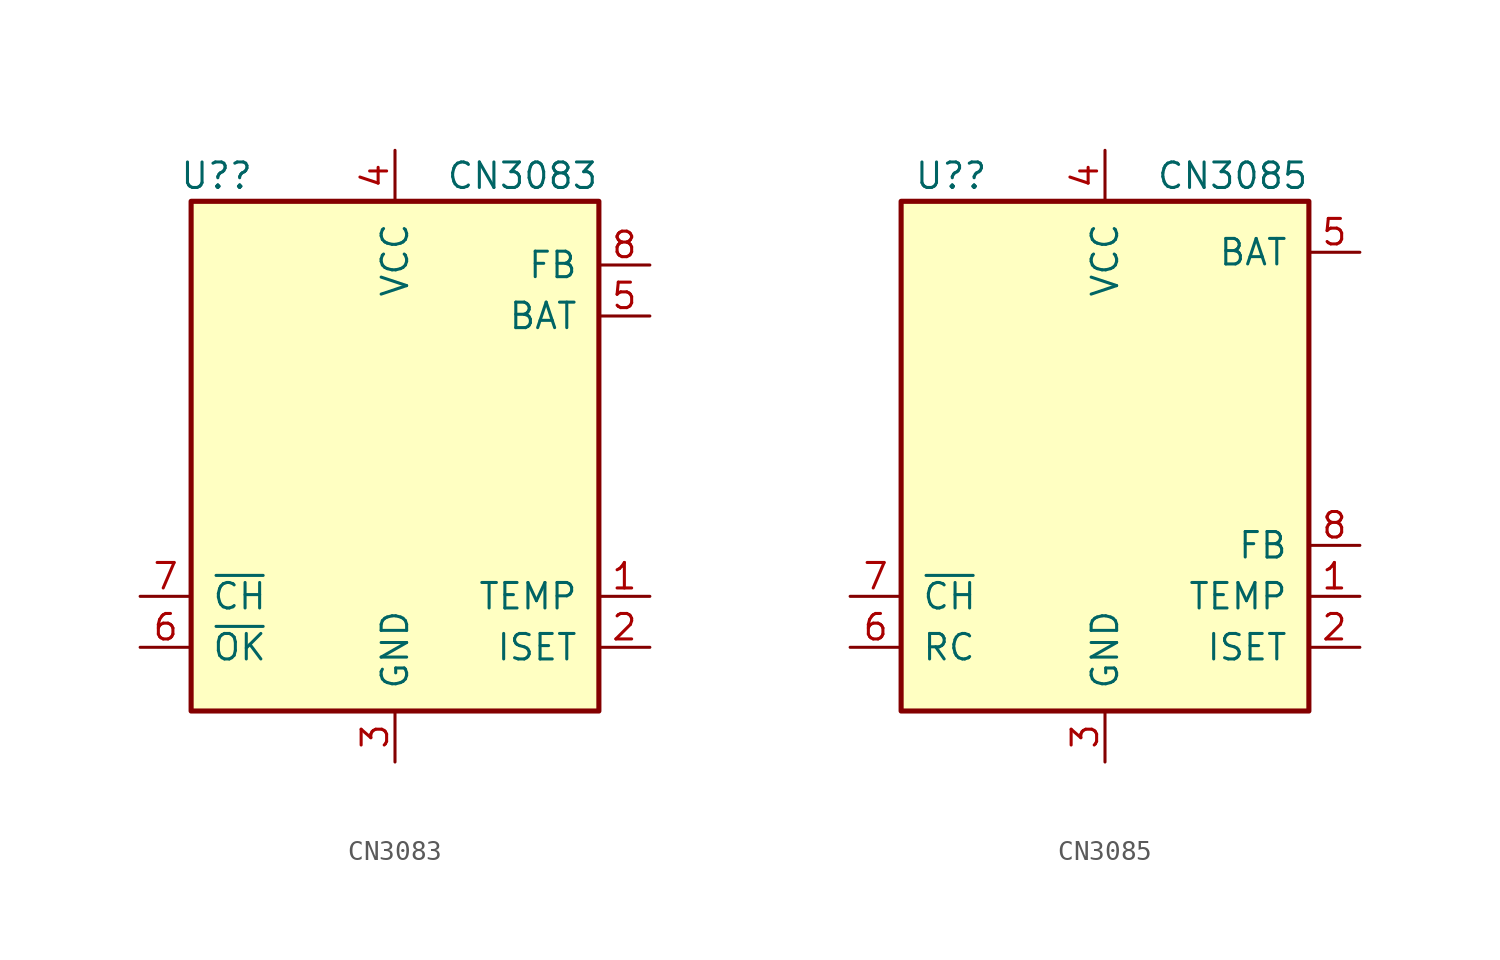
<source format=kicad_sym>
(kicad_symbol_lib
  (version 20211014)
  (generator kicad_symbol_editor)
  (symbol "CN3083"
    (pin_names
      (offset 1.016))
    (property "Reference" "U?"
      (at -8.89 13.97 0)
      (effects (font (size 1.27 1.27))))
    (property "Value" "CN3083"
      (at 6.35 13.97 0)
      (effects (font (size 1.27 1.27))))
    (symbol "CN3083_0_1"
      (rectangle (start -10.16 12.7) (end 10.16 -12.7) (stroke (width 0.254) (type default) (color 0 0 0 0)) (fill (type background))))
    (symbol "CN3083_1_1"
      (pin input line (at 12.7 -6.985 180) (length 2.54) (name "TEMP" (effects (font (size 1.27 1.27)))) (number "1" (effects (font (size 1.27 1.27)))))
      (pin input line (at 12.7 -9.525 180) (length 2.54) (name "ISET" (effects (font (size 1.27 1.27)))) (number "2" (effects (font (size 1.27 1.27)))))
      (pin power_in line (at 0 -15.24 90) (length 2.54) (name "GND" (effects (font (size 1.27 1.27)))) (number "3" (effects (font (size 1.27 1.27)))))
      (pin power_in line (at 0 15.24 270) (length 2.54) (name "VCC" (effects (font (size 1.27 1.27)))) (number "4" (effects (font (size 1.27 1.27)))))
      (pin input line (at 12.7 6.985 180) (length 2.54) (name "BAT" (effects (font (size 1.27 1.27)))) (number "5" (effects (font (size 1.27 1.27)))))
      (pin open_collector line (at -12.7 -9.525 0) (length 2.54) (name "~{OK}" (effects (font (size 1.27 1.27)))) (number "6" (effects (font (size 1.27 1.27)))))
      (pin open_collector line (at -12.7 -6.985 0) (length 2.54) (name "~{CH}" (effects (font (size 1.27 1.27)))) (number "7" (effects (font (size 1.27 1.27)))))
      (pin input line (at 12.7 9.525 180) (length 2.54) (name "FB" (effects (font (size 1.27 1.27)))) (number "8" (effects (font (size 1.27 1.27)))))))
  (symbol "CN3085"
    (pin_names
      (offset 1.016))
    (property "Reference" "U?"
      (at -9.525 13.97 0)
      (effects (font (size 1.27 1.27)) (justify left)))
    (property "Value" "CN3085"
      (at 2.54 13.97 0)
      (effects (font (size 1.27 1.27)) (justify left)))
    (symbol "CN3085_0_1"
      (rectangle (start -10.16 12.7) (end 10.16 -12.7) (stroke (width 0.254) (type default) (color 0 0 0 0)) (fill (type background))))
    (symbol "CN3085_1_1"
      (pin input line (at 12.7 -6.985 180) (length 2.54) (name "TEMP" (effects (font (size 1.27 1.27)))) (number "1" (effects (font (size 1.27 1.27)))))
      (pin input line (at 12.7 -9.525 180) (length 2.54) (name "ISET" (effects (font (size 1.27 1.27)))) (number "2" (effects (font (size 1.27 1.27)))))
      (pin power_in line (at 0 -15.24 90) (length 2.54) (name "GND" (effects (font (size 1.27 1.27)))) (number "3" (effects (font (size 1.27 1.27)))))
      (pin power_in line (at 0 15.24 270) (length 2.54) (name "VCC" (effects (font (size 1.27 1.27)))) (number "4" (effects (font (size 1.27 1.27)))))
      (pin input line (at 12.7 10.16 180) (length 2.54) (name "BAT" (effects (font (size 1.27 1.27)))) (number "5" (effects (font (size 1.27 1.27)))))
      (pin open_collector line (at -12.7 -9.525 0) (length 2.54) (name "RC" (effects (font (size 1.27 1.27)))) (number "6" (effects (font (size 1.27 1.27)))))
      (pin open_collector line (at -12.7 -6.985 0) (length 2.54) (name "~{CH}" (effects (font (size 1.27 1.27)))) (number "7" (effects (font (size 1.27 1.27)))))
      (pin input line (at 12.7 -4.445 180) (length 2.54) (name "FB" (effects (font (size 1.27 1.27)))) (number "8" (effects (font (size 1.27 1.27))))))))
</source>
